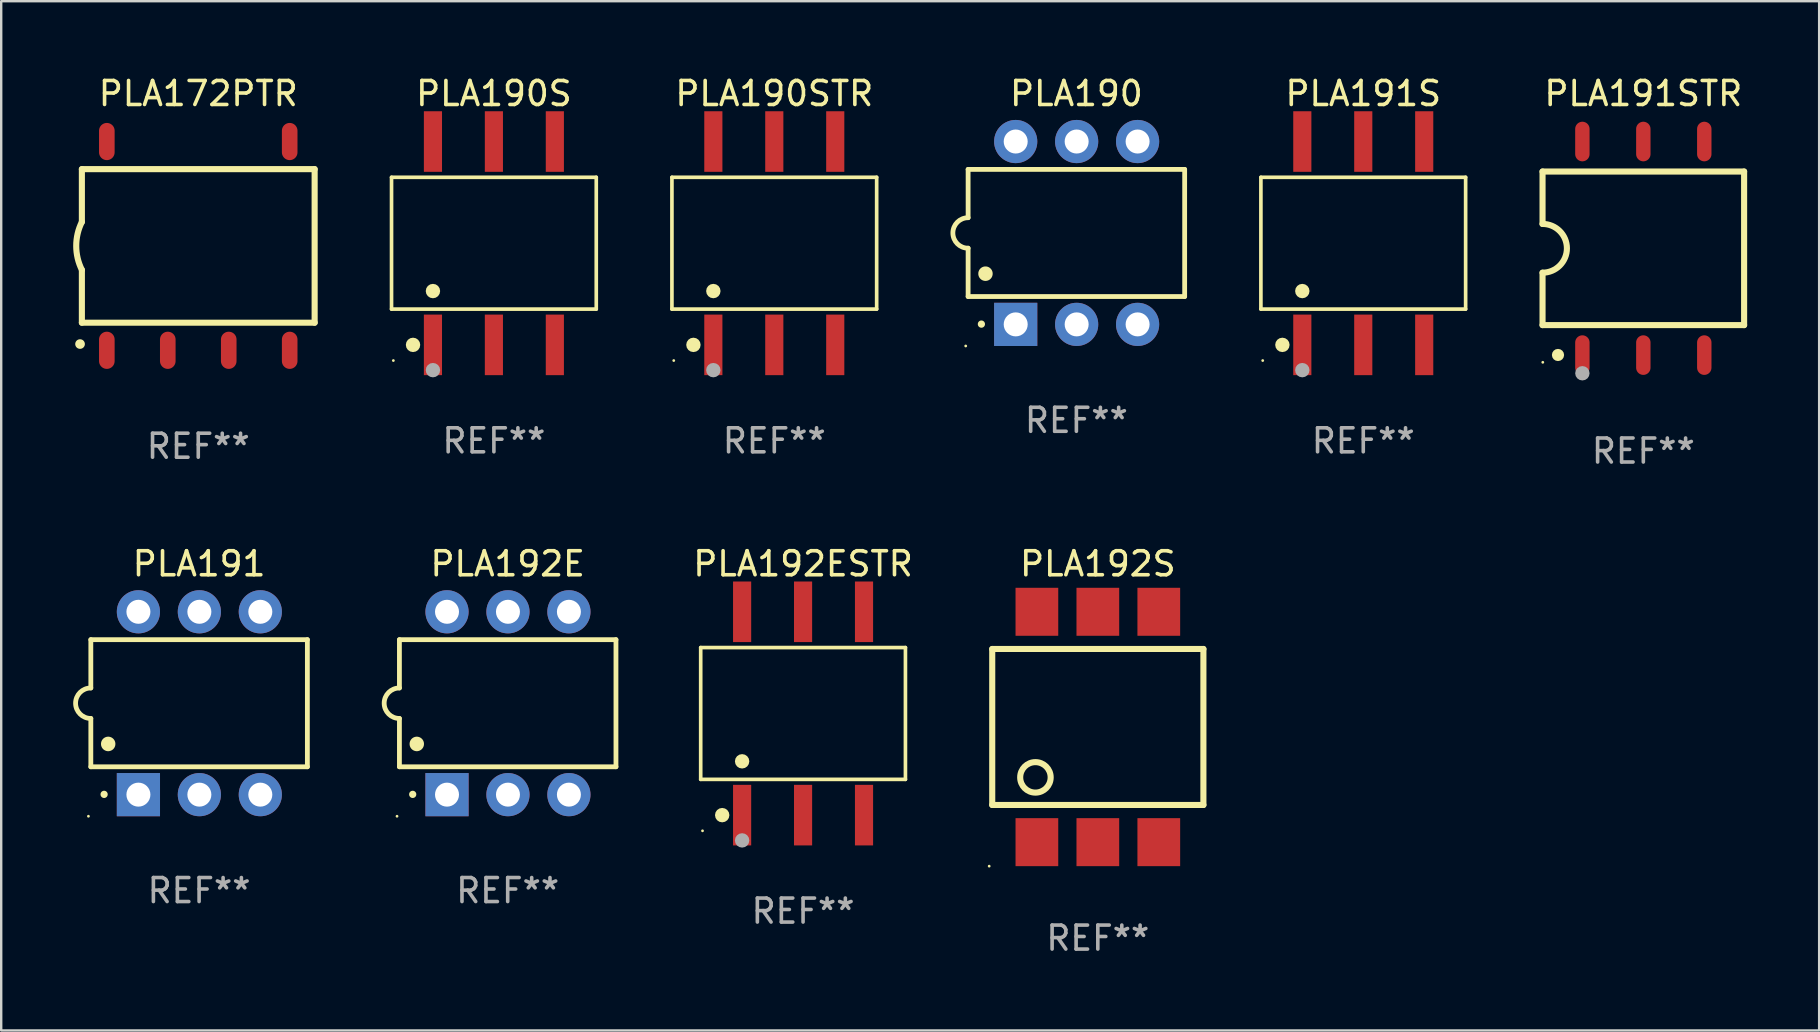
<source format=kicad_pcb>
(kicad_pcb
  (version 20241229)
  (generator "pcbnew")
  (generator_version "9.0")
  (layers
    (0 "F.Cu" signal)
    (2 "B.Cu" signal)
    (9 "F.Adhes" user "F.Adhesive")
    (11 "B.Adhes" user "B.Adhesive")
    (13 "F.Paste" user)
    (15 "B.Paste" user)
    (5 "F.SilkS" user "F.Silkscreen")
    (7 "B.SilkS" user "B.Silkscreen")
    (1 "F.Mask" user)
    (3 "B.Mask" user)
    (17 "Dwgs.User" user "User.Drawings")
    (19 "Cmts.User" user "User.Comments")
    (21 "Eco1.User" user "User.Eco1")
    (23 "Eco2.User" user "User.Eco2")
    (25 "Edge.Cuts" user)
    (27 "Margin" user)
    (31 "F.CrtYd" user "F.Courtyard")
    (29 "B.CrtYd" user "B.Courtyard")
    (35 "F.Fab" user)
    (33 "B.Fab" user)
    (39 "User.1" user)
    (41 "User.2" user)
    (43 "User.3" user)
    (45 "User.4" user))
  (footprint "PLA190"
    (layer "F.Cu")
    (at 41.806 6.658)
    (property "Reference" "PLA190" (at 0 -5.81 0) (layer "F.SilkS") (effects (font (size 1 1) (thickness 0.15))))
    (attr through_hole)
    (fp_line (start -4.512 -2.649) (end 4.512 -2.649) (stroke (width 0.2) (type solid)) (layer "F.SilkS"))
    (fp_line (start -4.512 -0.635) (end -4.512 -2.649) (stroke (width 0.2) (type solid)) (layer "F.SilkS"))
    (fp_line (start -4.512 2.649) (end -4.512 0.635) (stroke (width 0.2) (type solid)) (layer "F.SilkS"))
    (fp_line (start 4.512 -2.649) (end 4.512 2.649) (stroke (width 0.2) (type solid)) (layer "F.SilkS"))
    (fp_line (start 4.512 2.649) (end -4.512 2.649) (stroke (width 0.2) (type solid)) (layer "F.SilkS"))
    (fp_arc (start -4.512319 0.635001) (mid -5.14732 0) (end -4.512319 -0.635001) (stroke (width 0.2) (type solid)) (layer "F.SilkS"))
    (fp_arc (start -3.958598 3.799848) (mid -3.958603 3.798578) (end -3.958598 3.797308) (stroke (width 0.3) (type solid)) (layer "F.SilkS"))
    (fp_arc (start -3.788418 1.699263) (mid -3.788429 1.696723) (end -3.788418 1.694183) (stroke (width 0.6) (type solid)) (layer "F.SilkS"))
    (fp_circle (center -4.612 4.71) (end -4.582 4.71) (stroke (width 0.06) (type solid)) (fill no) (layer "F.SilkS"))
    (fp_text user "REF**" (at 0 7.81 0) (layer "F.Fab") (effects (font (size 1 1) (thickness 0.15))))
    (pad "1" thru_hole rect (at -2.529 3.81 90) (size 1.8 1.8) (drill 1) (layers "*.Cu" "*.Mask"))
    (pad "2" thru_hole circle (at 0.011 3.81) (size 1.8 1.8) (drill 1) (layers "*.Cu" "*.Mask"))
    (pad "3" thru_hole circle (at 2.551 3.81) (size 1.8 1.8) (drill 1) (layers "*.Cu" "*.Mask"))
    (pad "4" thru_hole circle (at 2.551 -3.81) (size 1.8 1.8) (drill 1) (layers "*.Cu" "*.Mask"))
    (pad "5" thru_hole circle (at 0.011 -3.81) (size 1.8 1.8) (drill 1) (layers "*.Cu" "*.Mask"))
    (pad "6" thru_hole circle (at -2.529 -3.81) (size 1.8 1.8) (drill 1) (layers "*.Cu" "*.Mask")))
  (footprint "PLA190S"
    (layer "F.Cu")
    (at 17.532 7.085)
    (property "Reference" "PLA190S" (at 0 -6.237 0) (layer "F.SilkS") (effects (font (size 1 1) (thickness 0.15))))
    (attr through_hole)
    (fp_line (start -4.266 -2.746) (end 4.266 -2.746) (stroke (width 0.152) (type solid)) (layer "F.SilkS"))
    (fp_line (start -4.266 2.746) (end -4.266 -2.746) (stroke (width 0.152) (type solid)) (layer "F.SilkS"))
    (fp_line (start 4.266 -2.746) (end 4.266 2.746) (stroke (width 0.152) (type solid)) (layer "F.SilkS"))
    (fp_line (start 4.266 2.746) (end -4.266 2.746) (stroke (width 0.152) (type solid)) (layer "F.SilkS"))
    (fp_circle (center -4.19 4.89) (end -4.16 4.89) (stroke (width 0.06) (type solid)) (fill no) (layer "F.SilkS"))
    (fp_circle (center -3.37 4.237) (end -3.22 4.237) (stroke (width 0.3) (type solid)) (fill no) (layer "F.SilkS"))
    (fp_circle (center -2.54 1.994) (end -2.39 1.994) (stroke (width 0.3) (type solid)) (fill no) (layer "F.SilkS"))
    (fp_circle (center -2.54 5.29) (end -2.39 5.29) (stroke (width 0.3) (type solid)) (fill no) (layer "F.Fab"))
    (fp_text user "REF**" (at 0 8.237 0) (layer "F.Fab") (effects (font (size 1 1) (thickness 0.15))))
    (pad "1" smd rect (at -2.54 4.237) (size 0.756 2.524) (layers "F.Cu" "F.Mask" "F.Paste"))
    (pad "2" smd rect (at 0 4.237) (size 0.756 2.524) (layers "F.Cu" "F.Mask" "F.Paste"))
    (pad "3" smd rect (at 2.54 4.237) (size 0.756 2.524) (layers "F.Cu" "F.Mask" "F.Paste"))
    (pad "4" smd rect (at 2.54 -4.237) (size 0.756 2.524) (layers "F.Cu" "F.Mask" "F.Paste"))
    (pad "5" smd rect (at 0 -4.237) (size 0.756 2.524) (layers "F.Cu" "F.Mask" "F.Paste"))
    (pad "6" smd rect (at -2.54 -4.237) (size 0.756 2.524) (layers "F.Cu" "F.Mask" "F.Paste")))
  (footprint "PLA191"
    (layer "F.Cu")
    (at 5.247 26.255)
    (property "Reference" "PLA191" (at 0 -5.81 0) (layer "F.SilkS") (effects (font (size 1 1) (thickness 0.15))))
    (attr through_hole)
    (fp_line (start -4.512 -2.649) (end 4.512 -2.649) (stroke (width 0.2) (type solid)) (layer "F.SilkS"))
    (fp_line (start -4.512 -0.635) (end -4.512 -2.649) (stroke (width 0.2) (type solid)) (layer "F.SilkS"))
    (fp_line (start -4.512 2.649) (end -4.512 0.635) (stroke (width 0.2) (type solid)) (layer "F.SilkS"))
    (fp_line (start 4.512 -2.649) (end 4.512 2.649) (stroke (width 0.2) (type solid)) (layer "F.SilkS"))
    (fp_line (start 4.512 2.649) (end -4.512 2.649) (stroke (width 0.2) (type solid)) (layer "F.SilkS"))
    (fp_arc (start -4.512319 0.635001) (mid -5.14732 0) (end -4.512319 -0.635001) (stroke (width 0.2) (type solid)) (layer "F.SilkS"))
    (fp_arc (start -3.958598 3.799848) (mid -3.958603 3.798578) (end -3.958598 3.797308) (stroke (width 0.3) (type solid)) (layer "F.SilkS"))
    (fp_arc (start -3.788418 1.699263) (mid -3.788429 1.696723) (end -3.788418 1.694183) (stroke (width 0.6) (type solid)) (layer "F.SilkS"))
    (fp_circle (center -4.612 4.71) (end -4.582 4.71) (stroke (width 0.06) (type solid)) (fill no) (layer "F.SilkS"))
    (fp_text user "REF**" (at 0 7.81 0) (layer "F.Fab") (effects (font (size 1 1) (thickness 0.15))))
    (pad "1" thru_hole rect (at -2.529 3.81 90) (size 1.8 1.8) (drill 1) (layers "*.Cu" "*.Mask"))
    (pad "2" thru_hole circle (at 0.011 3.81) (size 1.8 1.8) (drill 1) (layers "*.Cu" "*.Mask"))
    (pad "3" thru_hole circle (at 2.551 3.81) (size 1.8 1.8) (drill 1) (layers "*.Cu" "*.Mask"))
    (pad "4" thru_hole circle (at 2.551 -3.81) (size 1.8 1.8) (drill 1) (layers "*.Cu" "*.Mask"))
    (pad "5" thru_hole circle (at 0.011 -3.81) (size 1.8 1.8) (drill 1) (layers "*.Cu" "*.Mask"))
    (pad "6" thru_hole circle (at -2.529 -3.81) (size 1.8 1.8) (drill 1) (layers "*.Cu" "*.Mask")))
  (footprint "PLA172PTR"
    (layer "F.Cu")
    (at 5.212 7.198)
    (property "Reference" "PLA172PTR" (at 0 -6.35 0) (layer "F.SilkS") (effects (font (size 1 1) (thickness 0.15))))
    (attr through_hole)
    (fp_line (start -4.85 -3.2) (end -4.85 -1) (stroke (width 0.254) (type solid)) (layer "F.SilkS"))
    (fp_line (start -4.85 -3.2) (end 4.85 -3.2) (stroke (width 0.254) (type solid)) (layer "F.SilkS"))
    (fp_line (start -4.85 3.2) (end -4.85 1) (stroke (width 0.254) (type solid)) (layer "F.SilkS"))
    (fp_line (start 4.85 -3.2) (end 4.85 3.2) (stroke (width 0.254) (type solid)) (layer "F.SilkS"))
    (fp_line (start 4.85 3.2) (end -4.85 3.2) (stroke (width 0.254) (type solid)) (layer "F.SilkS"))
    (fp_arc (start -4.92761 4.089408) (mid -4.92634 4.089404) (end -4.92507 4.089408) (stroke (width 0.4) (type solid)) (layer "F.SilkS"))
    (fp_arc (start -4.84887 1.000762) (mid -5.085418 0.000516) (end -4.850013 -1) (stroke (width 0.254001) (type solid)) (layer "F.SilkS"))
    (fp_text user "REF**" (at 0 8.35 0) (layer "F.Fab") (effects (font (size 1 1) (thickness 0.15))))
    (pad "1" smd oval (at -3.81 4.35) (size 0.65 1.55) (layers "F.Cu" "F.Mask" "F.Paste"))
    (pad "2" smd oval (at -1.27 4.35) (size 0.65 1.55) (layers "F.Cu" "F.Mask" "F.Paste"))
    (pad "3" smd oval (at 1.27 4.35) (size 0.65 1.55) (layers "F.Cu" "F.Mask" "F.Paste"))
    (pad "4" smd oval (at 3.81 4.35) (size 0.65 1.55) (layers "F.Cu" "F.Mask" "F.Paste"))
    (pad "5" smd oval (at 3.81 -4.35 180) (size 0.65 1.55) (layers "F.Cu" "F.Mask" "F.Paste"))
    (pad "8" smd oval (at -3.81 -4.35 180) (size 0.65 1.55) (layers "F.Cu" "F.Mask" "F.Paste")))
  (footprint "PLA192E"
    (layer "F.Cu")
    (at 18.107 26.255)
    (property "Reference" "PLA192E" (at 0 -5.81 0) (layer "F.SilkS") (effects (font (size 1 1) (thickness 0.15))))
    (attr through_hole)
    (fp_line (start -4.512 -2.649) (end 4.512 -2.649) (stroke (width 0.2) (type solid)) (layer "F.SilkS"))
    (fp_line (start -4.512 -0.635) (end -4.512 -2.649) (stroke (width 0.2) (type solid)) (layer "F.SilkS"))
    (fp_line (start -4.512 2.649) (end -4.512 0.635) (stroke (width 0.2) (type solid)) (layer "F.SilkS"))
    (fp_line (start 4.512 -2.649) (end 4.512 2.649) (stroke (width 0.2) (type solid)) (layer "F.SilkS"))
    (fp_line (start 4.512 2.649) (end -4.512 2.649) (stroke (width 0.2) (type solid)) (layer "F.SilkS"))
    (fp_arc (start -4.512319 0.635001) (mid -5.14732 0) (end -4.512319 -0.635001) (stroke (width 0.2) (type solid)) (layer "F.SilkS"))
    (fp_arc (start -3.958598 3.799848) (mid -3.958603 3.798578) (end -3.958598 3.797308) (stroke (width 0.3) (type solid)) (layer "F.SilkS"))
    (fp_arc (start -3.788418 1.699263) (mid -3.788429 1.696723) (end -3.788418 1.694183) (stroke (width 0.6) (type solid)) (layer "F.SilkS"))
    (fp_circle (center -4.612 4.71) (end -4.582 4.71) (stroke (width 0.06) (type solid)) (fill no) (layer "F.SilkS"))
    (fp_text user "REF**" (at 0 7.81 0) (layer "F.Fab") (effects (font (size 1 1) (thickness 0.15))))
    (pad "1" thru_hole rect (at -2.529 3.81 90) (size 1.8 1.8) (drill 1) (layers "*.Cu" "*.Mask"))
    (pad "2" thru_hole circle (at 0.011 3.81) (size 1.8 1.8) (drill 1) (layers "*.Cu" "*.Mask"))
    (pad "3" thru_hole circle (at 2.551 3.81) (size 1.8 1.8) (drill 1) (layers "*.Cu" "*.Mask"))
    (pad "4" thru_hole circle (at 2.551 -3.81) (size 1.8 1.8) (drill 1) (layers "*.Cu" "*.Mask"))
    (pad "5" thru_hole circle (at 0.011 -3.81) (size 1.8 1.8) (drill 1) (layers "*.Cu" "*.Mask"))
    (pad "6" thru_hole circle (at -2.529 -3.81) (size 1.8 1.8) (drill 1) (layers "*.Cu" "*.Mask")))
  (footprint "PLA191STR"
    (layer "F.Cu")
    (at 65.432 7.298)
    (property "Reference" "PLA191STR" (at 0 -6.45 0) (layer "F.SilkS") (effects (font (size 1 1) (thickness 0.15))))
    (attr through_hole)
    (fp_line (start -4.2 -3.2) (end -4.2 -1.016) (stroke (width 0.254) (type solid)) (layer "F.SilkS"))
    (fp_line (start -4.2 -3.2) (end 4.2 -3.2) (stroke (width 0.254) (type solid)) (layer "F.SilkS"))
    (fp_line (start -4.2 3.2) (end -4.2 1.016) (stroke (width 0.254) (type solid)) (layer "F.SilkS"))
    (fp_line (start 4.2 -3.2) (end 4.2 3.2) (stroke (width 0.254) (type solid)) (layer "F.SilkS"))
    (fp_line (start 4.2 3.2) (end -4.2 3.2) (stroke (width 0.254) (type solid)) (layer "F.SilkS"))
    (fp_arc (start -4.201169 -1.016003) (mid -3.185166 -0.000585) (end -4.2 1.016002) (stroke (width 0.254001) (type solid)) (layer "F.SilkS"))
    (fp_circle (center -4.19 4.75) (end -4.16 4.75) (stroke (width 0.06) (type solid)) (fill no) (layer "F.SilkS"))
    (fp_circle (center -3.556 4.445) (end -3.429 4.445) (stroke (width 0.254) (type solid)) (fill no) (layer "F.SilkS"))
    (fp_circle (center -2.54 5.207) (end -2.39 5.207) (stroke (width 0.3) (type solid)) (fill no) (layer "F.Fab"))
    (fp_text user "REF**" (at 0 8.45 0) (layer "F.Fab") (effects (font (size 1 1) (thickness 0.15))))
    (pad "1" smd oval (at -2.54 4.45 90) (size 1.65 0.6) (layers "F.Cu" "F.Mask" "F.Paste"))
    (pad "2" smd oval (at 0 4.45 90) (size 1.65 0.6) (layers "F.Cu" "F.Mask" "F.Paste"))
    (pad "3" smd oval (at 2.54 4.45 90) (size 1.65 0.6) (layers "F.Cu" "F.Mask" "F.Paste"))
    (pad "4" smd oval (at 2.54 -4.45 90) (size 1.65 0.6) (layers "F.Cu" "F.Mask" "F.Paste"))
    (pad "5" smd oval (at 0 -4.45 90) (size 1.65 0.6) (layers "F.Cu" "F.Mask" "F.Paste"))
    (pad "6" smd oval (at -2.54 -4.45 90) (size 1.65 0.6) (layers "F.Cu" "F.Mask" "F.Paste")))
  (footprint "PLA192ESTR"
    (layer "F.Cu")
    (at 30.416 26.682)
    (property "Reference" "PLA192ESTR" (at 0 -6.237 0) (layer "F.SilkS") (effects (font (size 1 1) (thickness 0.15))))
    (attr through_hole)
    (fp_line (start -4.266 -2.746) (end 4.266 -2.746) (stroke (width 0.152) (type solid)) (layer "F.SilkS"))
    (fp_line (start -4.266 2.746) (end -4.266 -2.746) (stroke (width 0.152) (type solid)) (layer "F.SilkS"))
    (fp_line (start 4.266 -2.746) (end 4.266 2.746) (stroke (width 0.152) (type solid)) (layer "F.SilkS"))
    (fp_line (start 4.266 2.746) (end -4.266 2.746) (stroke (width 0.152) (type solid)) (layer "F.SilkS"))
    (fp_circle (center -4.19 4.89) (end -4.16 4.89) (stroke (width 0.06) (type solid)) (fill no) (layer "F.SilkS"))
    (fp_circle (center -3.37 4.237) (end -3.22 4.237) (stroke (width 0.3) (type solid)) (fill no) (layer "F.SilkS"))
    (fp_circle (center -2.54 1.994) (end -2.39 1.994) (stroke (width 0.3) (type solid)) (fill no) (layer "F.SilkS"))
    (fp_circle (center -2.54 5.29) (end -2.39 5.29) (stroke (width 0.3) (type solid)) (fill no) (layer "F.Fab"))
    (fp_text user "REF**" (at 0 8.237 0) (layer "F.Fab") (effects (font (size 1 1) (thickness 0.15))))
    (pad "1" smd rect (at -2.54 4.237) (size 0.756 2.524) (layers "F.Cu" "F.Mask" "F.Paste"))
    (pad "2" smd rect (at 0 4.237) (size 0.756 2.524) (layers "F.Cu" "F.Mask" "F.Paste"))
    (pad "3" smd rect (at 2.54 4.237) (size 0.756 2.524) (layers "F.Cu" "F.Mask" "F.Paste"))
    (pad "4" smd rect (at 2.54 -4.237) (size 0.756 2.524) (layers "F.Cu" "F.Mask" "F.Paste"))
    (pad "5" smd rect (at 0 -4.237) (size 0.756 2.524) (layers "F.Cu" "F.Mask" "F.Paste"))
    (pad "6" smd rect (at -2.54 -4.237) (size 0.756 2.524) (layers "F.Cu" "F.Mask" "F.Paste")))
  (footprint "PLA192S"
    (layer "F.Cu")
    (at 42.699 27.245)
    (property "Reference" "PLA192S" (at 0 -6.8 0) (layer "F.SilkS") (effects (font (size 1 1) (thickness 0.15))))
    (attr through_hole)
    (fp_line (start -4.4 -3.25) (end -4.4 3.25) (stroke (width 0.254) (type solid)) (layer "F.SilkS"))
    (fp_line (start -4.4 -3.25) (end 4.4 -3.25) (stroke (width 0.254) (type solid)) (layer "F.SilkS"))
    (fp_line (start 4.4 3.25) (end -4.4 3.25) (stroke (width 0.254) (type solid)) (layer "F.SilkS"))
    (fp_line (start 4.4 3.25) (end 4.4 -3.25) (stroke (width 0.254) (type solid)) (layer "F.SilkS"))
    (fp_circle (center -4.527 5.8) (end -4.497 5.8) (stroke (width 0.06) (type solid)) (fill no) (layer "F.SilkS"))
    (fp_circle (center -2.6 2.1) (end -1.965 2.1) (stroke (width 0.254) (type solid)) (fill no) (layer "F.SilkS"))
    (fp_text user "REF**" (at 0 8.8 0) (layer "F.Fab") (effects (font (size 1 1) (thickness 0.15))))
    (pad "1" smd rect (at -2.539 4.8) (size 1.78 2) (layers "F.Cu" "F.Mask" "F.Paste"))
    (pad "2" smd rect (at 0.001 4.8) (size 1.78 2) (layers "F.Cu" "F.Mask" "F.Paste"))
    (pad "3" smd rect (at 2.541 4.8) (size 1.78 2) (layers "F.Cu" "F.Mask" "F.Paste"))
    (pad "4" smd rect (at 2.541 -4.8) (size 1.78 2) (layers "F.Cu" "F.Mask" "F.Paste"))
    (pad "5" smd rect (at 0.001 -4.8) (size 1.78 2) (layers "F.Cu" "F.Mask" "F.Paste"))
    (pad "6" smd rect (at -2.539 -4.8) (size 1.78 2) (layers "F.Cu" "F.Mask" "F.Paste")))
  (footprint "PLA190STR"
    (layer "F.Cu")
    (at 29.217 7.085)
    (property "Reference" "PLA190STR" (at 0 -6.237 0) (layer "F.SilkS") (effects (font (size 1 1) (thickness 0.15))))
    (attr through_hole)
    (fp_line (start -4.266 -2.746) (end 4.266 -2.746) (stroke (width 0.152) (type solid)) (layer "F.SilkS"))
    (fp_line (start -4.266 2.746) (end -4.266 -2.746) (stroke (width 0.152) (type solid)) (layer "F.SilkS"))
    (fp_line (start 4.266 -2.746) (end 4.266 2.746) (stroke (width 0.152) (type solid)) (layer "F.SilkS"))
    (fp_line (start 4.266 2.746) (end -4.266 2.746) (stroke (width 0.152) (type solid)) (layer "F.SilkS"))
    (fp_circle (center -4.19 4.89) (end -4.16 4.89) (stroke (width 0.06) (type solid)) (fill no) (layer "F.SilkS"))
    (fp_circle (center -3.37 4.237) (end -3.22 4.237) (stroke (width 0.3) (type solid)) (fill no) (layer "F.SilkS"))
    (fp_circle (center -2.54 1.994) (end -2.39 1.994) (stroke (width 0.3) (type solid)) (fill no) (layer "F.SilkS"))
    (fp_circle (center -2.54 5.29) (end -2.39 5.29) (stroke (width 0.3) (type solid)) (fill no) (layer "F.Fab"))
    (fp_text user "REF**" (at 0 8.237 0) (layer "F.Fab") (effects (font (size 1 1) (thickness 0.15))))
    (pad "1" smd rect (at -2.54 4.237) (size 0.756 2.524) (layers "F.Cu" "F.Mask" "F.Paste"))
    (pad "2" smd rect (at 0 4.237) (size 0.756 2.524) (layers "F.Cu" "F.Mask" "F.Paste"))
    (pad "3" smd rect (at 2.54 4.237) (size 0.756 2.524) (layers "F.Cu" "F.Mask" "F.Paste"))
    (pad "4" smd rect (at 2.54 -4.237) (size 0.756 2.524) (layers "F.Cu" "F.Mask" "F.Paste"))
    (pad "5" smd rect (at 0 -4.237) (size 0.756 2.524) (layers "F.Cu" "F.Mask" "F.Paste"))
    (pad "6" smd rect (at -2.54 -4.237) (size 0.756 2.524) (layers "F.Cu" "F.Mask" "F.Paste")))
  (footprint "PLA191S"
    (layer "F.Cu")
    (at 53.761 7.085)
    (property "Reference" "PLA191S" (at 0 -6.237 0) (layer "F.SilkS") (effects (font (size 1 1) (thickness 0.15))))
    (attr through_hole)
    (fp_line (start -4.266 -2.746) (end 4.266 -2.746) (stroke (width 0.152) (type solid)) (layer "F.SilkS"))
    (fp_line (start -4.266 2.746) (end -4.266 -2.746) (stroke (width 0.152) (type solid)) (layer "F.SilkS"))
    (fp_line (start 4.266 -2.746) (end 4.266 2.746) (stroke (width 0.152) (type solid)) (layer "F.SilkS"))
    (fp_line (start 4.266 2.746) (end -4.266 2.746) (stroke (width 0.152) (type solid)) (layer "F.SilkS"))
    (fp_circle (center -4.19 4.89) (end -4.16 4.89) (stroke (width 0.06) (type solid)) (fill no) (layer "F.SilkS"))
    (fp_circle (center -3.37 4.237) (end -3.22 4.237) (stroke (width 0.3) (type solid)) (fill no) (layer "F.SilkS"))
    (fp_circle (center -2.54 1.994) (end -2.39 1.994) (stroke (width 0.3) (type solid)) (fill no) (layer "F.SilkS"))
    (fp_circle (center -2.54 5.29) (end -2.39 5.29) (stroke (width 0.3) (type solid)) (fill no) (layer "F.Fab"))
    (fp_text user "REF**" (at 0 8.237 0) (layer "F.Fab") (effects (font (size 1 1) (thickness 0.15))))
    (pad "1" smd rect (at -2.54 4.237) (size 0.756 2.524) (layers "F.Cu" "F.Mask" "F.Paste"))
    (pad "2" smd rect (at 0 4.237) (size 0.756 2.524) (layers "F.Cu" "F.Mask" "F.Paste"))
    (pad "3" smd rect (at 2.54 4.237) (size 0.756 2.524) (layers "F.Cu" "F.Mask" "F.Paste"))
    (pad "4" smd rect (at 2.54 -4.237) (size 0.756 2.524) (layers "F.Cu" "F.Mask" "F.Paste"))
    (pad "5" smd rect (at 0 -4.237) (size 0.756 2.524) (layers "F.Cu" "F.Mask" "F.Paste"))
    (pad "6" smd rect (at -2.54 -4.237) (size 0.756 2.524) (layers "F.Cu" "F.Mask" "F.Paste")))
  (gr_rect
    (start -3 -3)
    (end 72.759 39.893)
    (stroke (width 0.1) (type default))
    (fill no)
    (layer "Edge.Cuts")))
</source>
